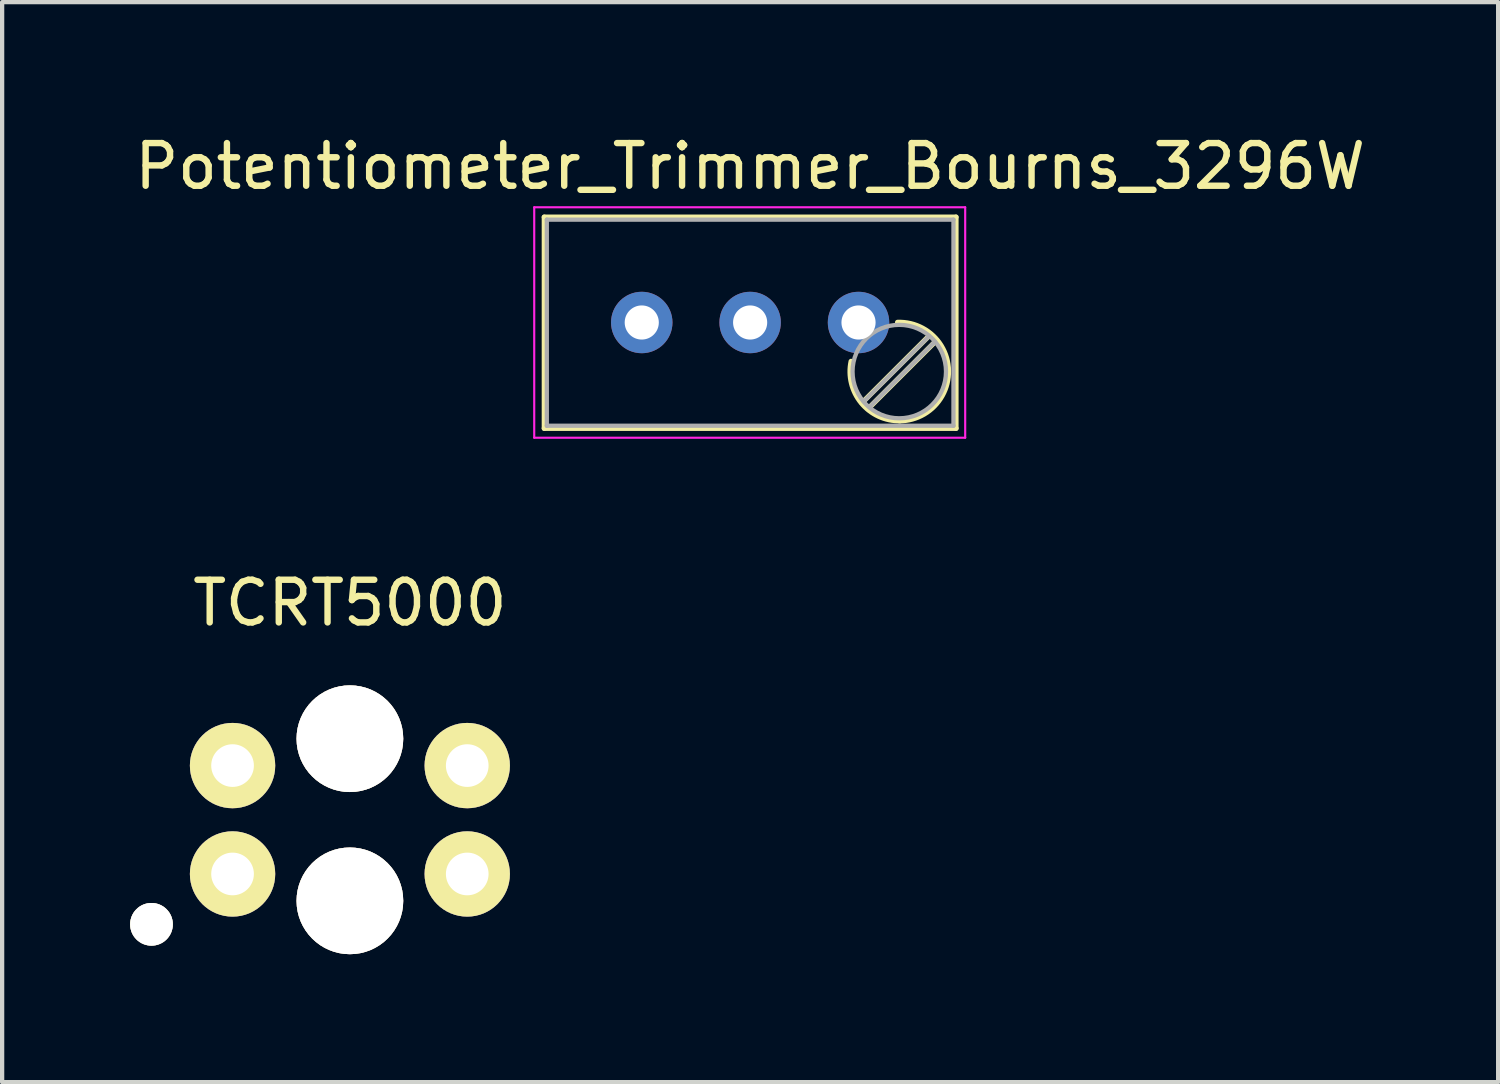
<source format=kicad_pcb>
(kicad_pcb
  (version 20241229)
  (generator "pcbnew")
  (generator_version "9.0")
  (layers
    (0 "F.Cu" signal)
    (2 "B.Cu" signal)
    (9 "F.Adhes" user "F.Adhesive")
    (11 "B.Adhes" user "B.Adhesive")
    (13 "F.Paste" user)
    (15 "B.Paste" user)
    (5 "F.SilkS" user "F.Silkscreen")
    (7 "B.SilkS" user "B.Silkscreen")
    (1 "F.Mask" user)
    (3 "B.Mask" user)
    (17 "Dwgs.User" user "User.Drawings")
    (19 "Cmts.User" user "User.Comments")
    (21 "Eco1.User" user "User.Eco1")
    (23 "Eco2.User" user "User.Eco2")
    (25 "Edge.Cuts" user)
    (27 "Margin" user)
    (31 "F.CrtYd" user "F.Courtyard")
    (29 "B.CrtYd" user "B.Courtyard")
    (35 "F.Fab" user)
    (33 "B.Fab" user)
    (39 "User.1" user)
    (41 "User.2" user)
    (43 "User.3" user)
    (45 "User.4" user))
  (footprint "Potentiometer_Trimmer_Bourns_3296W"
    (layer "F.Cu")
    (at 17.07 4.508)
    (property "Reference" "Potentiometer_Trimmer_Bourns_3296W" (at -2.54 -3.66 0) (layer "F.SilkS") (effects (font (size 1 1) (thickness 0.15))))
    (attr through_hole)
    (fp_line (start -7.365 -2.47) (end -7.365 2.481) (stroke (width 0.12) (type solid)) (layer "F.SilkS"))
    (fp_line (start -7.365 -2.47) (end 2.285 -2.47) (stroke (width 0.12) (type solid)) (layer "F.SilkS"))
    (fp_line (start -7.365 2.481) (end 2.285 2.481) (stroke (width 0.12) (type solid)) (layer "F.SilkS"))
    (fp_line (start 1.691 0.275) (end 0.079 1.885) (stroke (width 0.12) (type solid)) (layer "F.SilkS"))
    (fp_line (start 1.831 0.416) (end 0.22 2.026) (stroke (width 0.12) (type solid)) (layer "F.SilkS"))
    (fp_line (start 2.285 -2.47) (end 2.285 2.481) (stroke (width 0.12) (type solid)) (layer "F.SilkS"))
    (fp_arc (start 0.914691 -0.004296) (mid 2.109824 1.129842) (end 0.955 2.305) (stroke (width 0.12) (type solid)) (layer "F.SilkS"))
    (fp_arc (start 0.975121 2.304052) (mid 0.064355 1.884161) (end -0.174 0.91) (stroke (width 0.12) (type solid)) (layer "F.SilkS"))
    (fp_line (start -7.6 -2.7) (end -7.6 2.7) (stroke (width 0.05) (type solid)) (layer "F.CrtYd"))
    (fp_line (start -7.6 2.7) (end 2.5 2.7) (stroke (width 0.05) (type solid)) (layer "F.CrtYd"))
    (fp_line (start 2.5 -2.7) (end -7.6 -2.7) (stroke (width 0.05) (type solid)) (layer "F.CrtYd"))
    (fp_line (start 2.5 2.7) (end 2.5 -2.7) (stroke (width 0.05) (type solid)) (layer "F.CrtYd"))
    (fp_line (start -7.305 -2.41) (end -7.305 2.42) (stroke (width 0.1) (type solid)) (layer "F.Fab"))
    (fp_line (start -7.305 2.42) (end 2.225 2.42) (stroke (width 0.1) (type solid)) (layer "F.Fab"))
    (fp_line (start 1.652 0.32) (end 0.125 1.847) (stroke (width 0.1) (type solid)) (layer "F.Fab"))
    (fp_line (start 1.786 0.454) (end 0.259 1.981) (stroke (width 0.1) (type solid)) (layer "F.Fab"))
    (fp_line (start 2.225 -2.41) (end -7.305 -2.41) (stroke (width 0.1) (type solid)) (layer "F.Fab"))
    (fp_line (start 2.225 2.42) (end 2.225 -2.41) (stroke (width 0.1) (type solid)) (layer "F.Fab"))
    (fp_circle (center 0.955 1.15) (end 2.05 1.15) (stroke (width 0.1) (type solid)) (fill no) (layer "F.Fab"))
    (pad "1" thru_hole circle (at 0 0) (size 1.44 1.44) (drill 0.8) (layers "*.Cu" "*.Mask"))
    (pad "2" thru_hole circle (at -2.54 0) (size 1.44 1.44) (drill 0.8) (layers "*.Cu" "*.Mask"))
    (pad "3" thru_hole circle (at -5.08 0) (size 1.44 1.44) (drill 0.8) (layers "*.Cu" "*.Mask")))
  (footprint "TCRT5000"
    (layer "F.Cu")
    (at 5.15 16.162)
    (property "Reference" "TCRT5000" (at 0 -5.08 0) (layer "F.SilkS") (effects (font (size 1 1) (thickness 0.15))))
    (attr through_hole)
    (pad "1" thru_hole circle (at 2.75 -1.27) (size 2 2) (drill 1) (layers "*.Cu" "*.Mask" "F.SilkS"))
    (pad "2" thru_hole circle (at 2.75 1.27) (size 2 2) (drill 1) (layers "*.Cu" "*.Mask" "F.SilkS"))
    (pad "3" thru_hole circle (at -2.75 -1.27) (size 2 2) (drill 1) (layers "*.Cu" "*.Mask" "F.SilkS"))
    (pad "4" thru_hole circle (at -2.75 1.27) (size 2 2) (drill 1) (layers "*.Cu" "*.Mask" "F.SilkS"))
    (pad "hole" thru_hole circle (at -4.65 2.45) (size 1 1) (drill 1) (layers "*.Cu" "*.Mask" "F.SilkS"))
    (pad "hole" thru_hole circle (at 0 -1.9) (size 2.5 2.5) (drill 2.5) (layers "*.Cu" "*.Mask" "F.SilkS"))
    (pad "hole" thru_hole circle (at 0 1.9) (size 2.5 2.5) (drill 2.5) (layers "*.Cu" "*.Mask" "F.SilkS")))
  (gr_rect
    (start -3 -3)
    (end 32.06 22.311)
    (stroke (width 0.1) (type default))
    (fill no)
    (layer "Edge.Cuts")))
</source>
